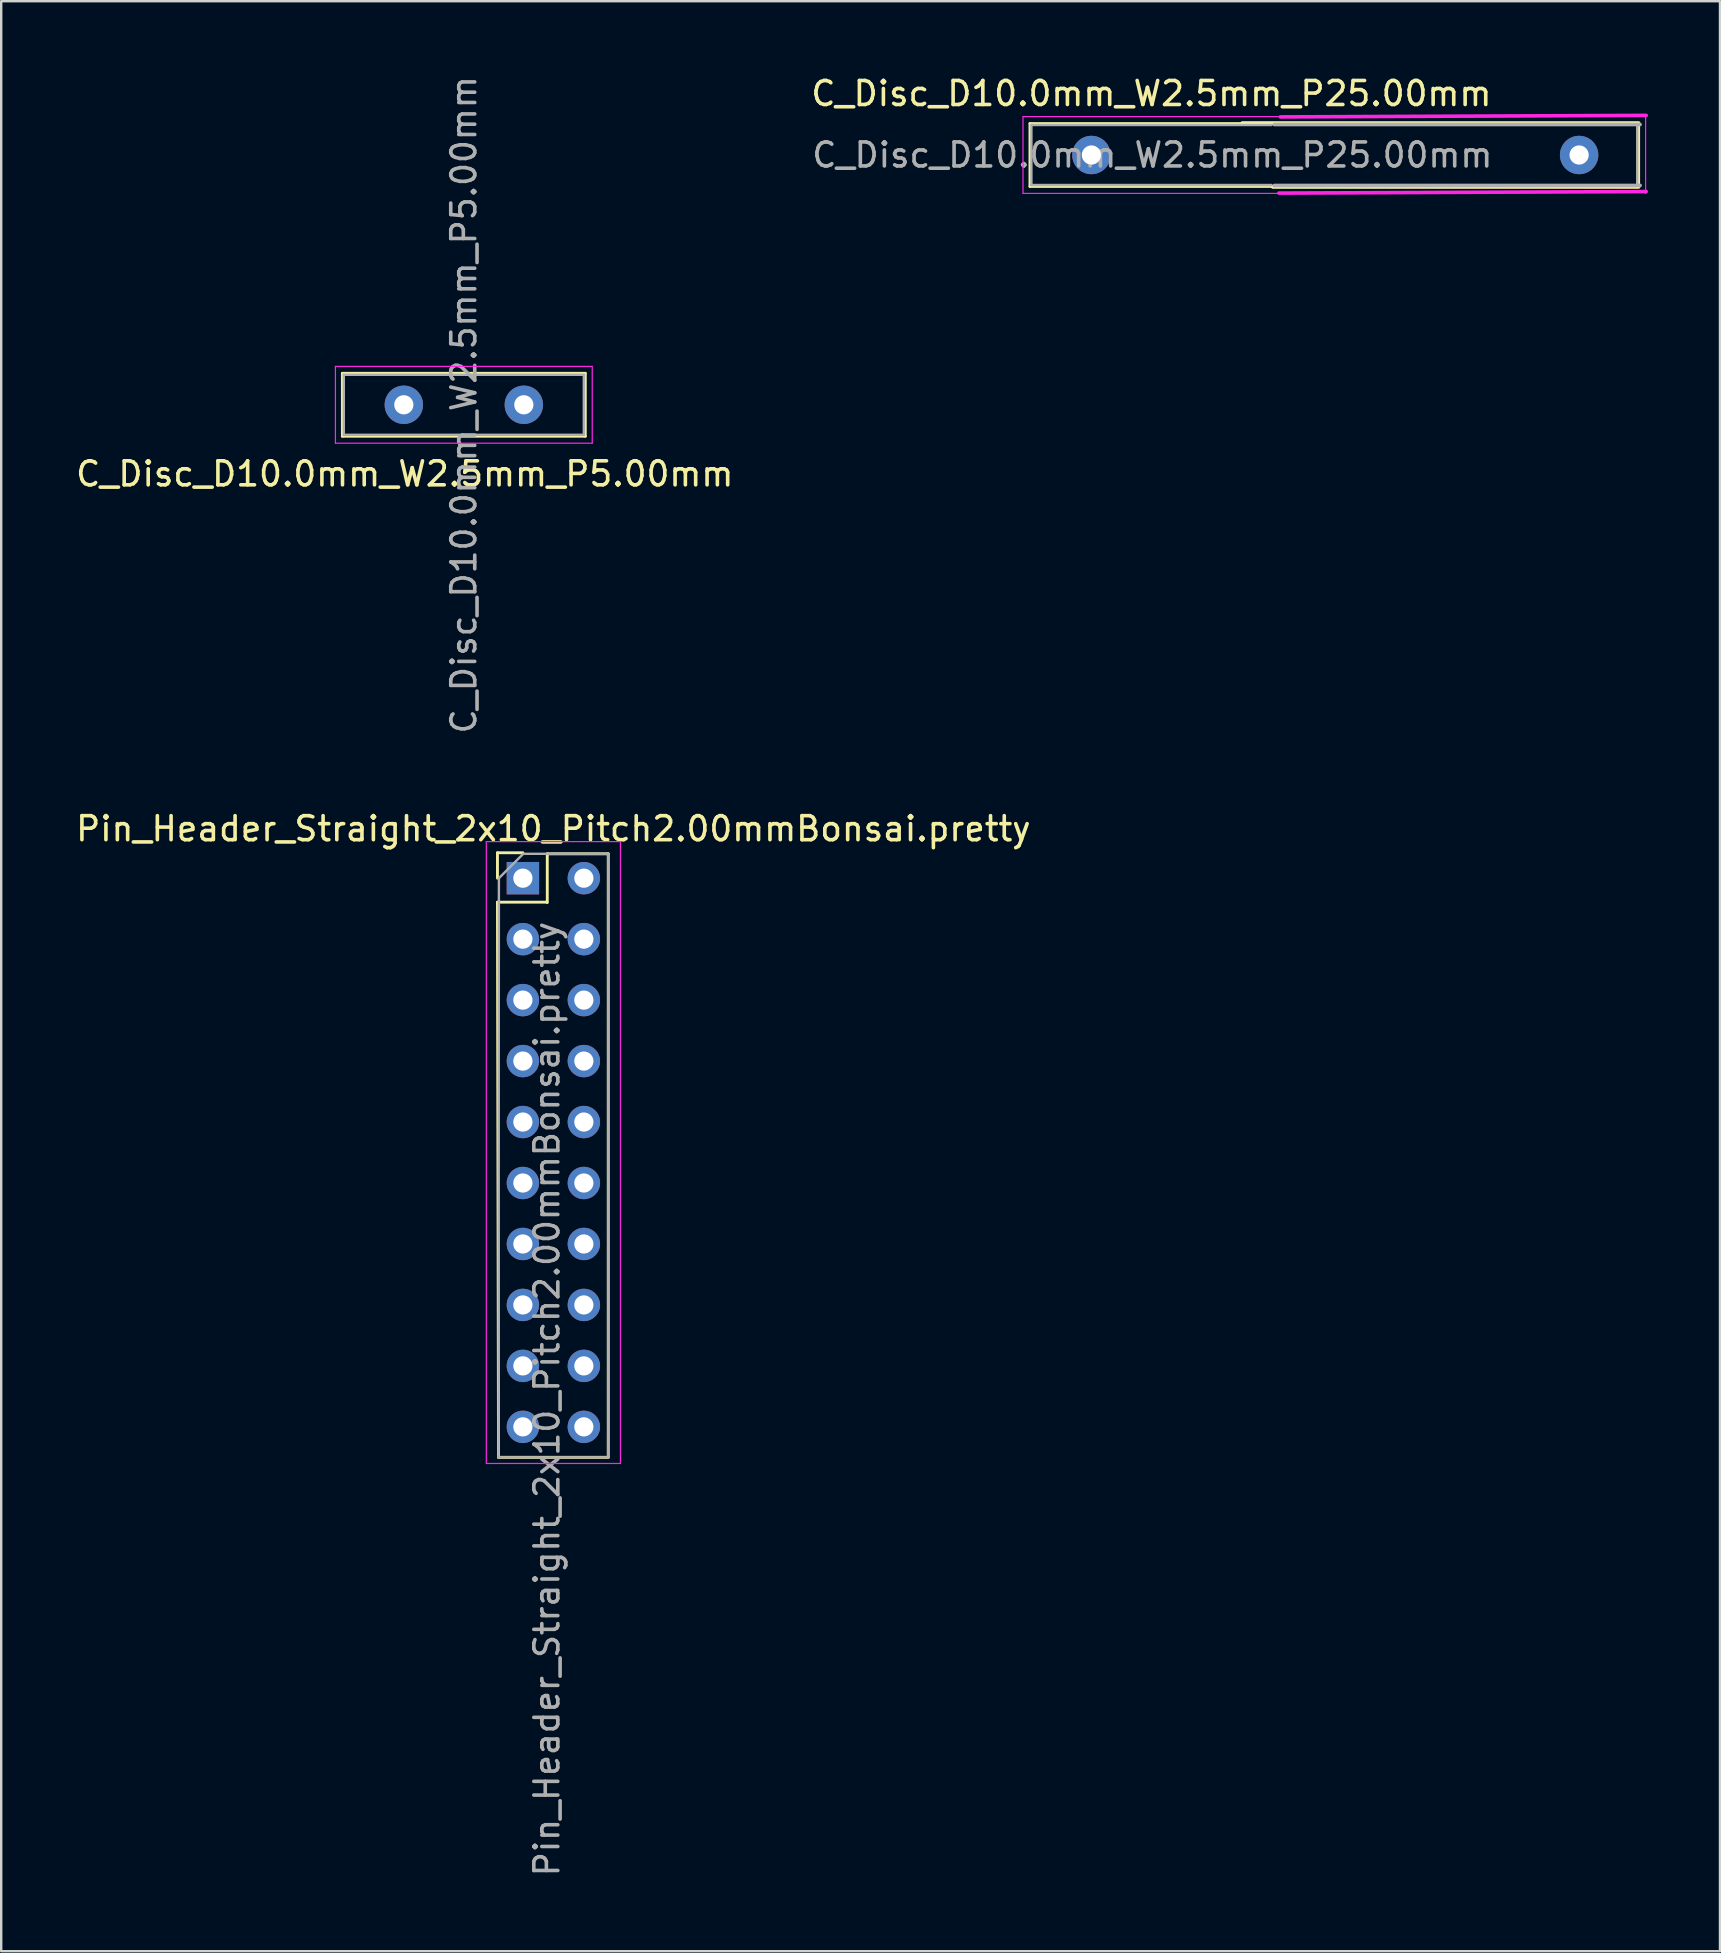
<source format=kicad_pcb>
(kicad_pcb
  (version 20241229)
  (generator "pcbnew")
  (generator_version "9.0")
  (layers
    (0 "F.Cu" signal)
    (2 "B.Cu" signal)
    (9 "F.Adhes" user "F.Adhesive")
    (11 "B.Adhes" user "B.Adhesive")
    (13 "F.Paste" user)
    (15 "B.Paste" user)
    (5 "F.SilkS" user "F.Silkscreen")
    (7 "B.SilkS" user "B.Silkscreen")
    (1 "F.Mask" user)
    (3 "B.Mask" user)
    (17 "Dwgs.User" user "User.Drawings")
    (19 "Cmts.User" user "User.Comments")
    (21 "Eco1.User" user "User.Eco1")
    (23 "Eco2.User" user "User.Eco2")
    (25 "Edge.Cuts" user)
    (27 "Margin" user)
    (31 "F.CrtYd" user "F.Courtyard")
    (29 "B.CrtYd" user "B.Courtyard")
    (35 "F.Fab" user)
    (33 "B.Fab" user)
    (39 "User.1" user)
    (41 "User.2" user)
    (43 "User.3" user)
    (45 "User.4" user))
  (footprint "C_Disc_D10.0mm_W2.5mm_P5.00mm"
    (layer "F.Cu")
    (at 13.775 13.815)
    (property "Reference" "C_Disc_D10.0mm_W2.5mm_P5.00mm" (at 0.04 2.88 0) (layer "F.SilkS") (effects (font (size 1 1) (thickness 0.15))))
    (attr through_hole)
    (fp_line (start -2.56 -1.31) (end -2.56 1.31) (stroke (width 0.12) (type solid)) (layer "F.SilkS"))
    (fp_line (start -2.56 -1.31) (end 7.56 -1.31) (stroke (width 0.12) (type solid)) (layer "F.SilkS"))
    (fp_line (start -2.56 1.31) (end 7.56 1.31) (stroke (width 0.12) (type solid)) (layer "F.SilkS"))
    (fp_line (start 7.56 -1.31) (end 7.56 1.31) (stroke (width 0.12) (type solid)) (layer "F.SilkS"))
    (fp_line (start -2.85 -1.6) (end -2.85 1.6) (stroke (width 0.05) (type solid)) (layer "F.CrtYd"))
    (fp_line (start -2.85 1.6) (end 7.85 1.6) (stroke (width 0.05) (type solid)) (layer "F.CrtYd"))
    (fp_line (start 7.85 -1.6) (end -2.85 -1.6) (stroke (width 0.05) (type solid)) (layer "F.CrtYd"))
    (fp_line (start 7.85 1.6) (end 7.85 -1.6) (stroke (width 0.05) (type solid)) (layer "F.CrtYd"))
    (fp_line (start -2.5 -1.25) (end -2.5 1.25) (stroke (width 0.1) (type solid)) (layer "F.Fab"))
    (fp_line (start -2.5 1.25) (end 7.5 1.25) (stroke (width 0.1) (type solid)) (layer "F.Fab"))
    (fp_line (start 7.5 -1.25) (end -2.5 -1.25) (stroke (width 0.1) (type solid)) (layer "F.Fab"))
    (fp_line (start 7.5 1.25) (end 7.5 -1.25) (stroke (width 0.1) (type solid)) (layer "F.Fab"))
    (fp_text user "${REFERENCE}" (at 2.5 0 90) (layer "F.Fab") (effects (font (size 1 1) (thickness 0.15))))
    (pad "1" thru_hole circle (at 0 0) (size 1.6 1.6) (drill 0.8) (layers "*.Cu" "*.Mask"))
    (pad "2" thru_hole circle (at 5 0) (size 1.6 1.6) (drill 0.8) (layers "*.Cu" "*.Mask")))
  (footprint "Pin_Header_Straight_2x10_Pitch2.00mmBonsai.pretty"
    (layer "F.Cu")
    (at 18.736 33.539)
    (property "Reference" "Pin_Header_Straight_2x10_Pitch2.00mmBonsai.pretty" (at 1.27 -2.06 0) (layer "F.SilkS") (effects (font (size 1 1) (thickness 0.15))))
    (attr through_hole)
    (fp_line (start -1.06 -1.06) (end 0 -1.06) (stroke (width 0.12) (type solid)) (layer "F.SilkS"))
    (fp_line (start -1.06 0) (end -1.06 -1.06) (stroke (width 0.12) (type solid)) (layer "F.SilkS"))
    (fp_line (start -1.06 1) (end -1.016 24.13) (stroke (width 0.12) (type solid)) (layer "F.SilkS"))
    (fp_line (start -1.06 1) (end 1 1) (stroke (width 0.12) (type solid)) (layer "F.SilkS"))
    (fp_line (start -1.016 24.13) (end 3.556 24.13) (stroke (width 0.12) (type solid)) (layer "F.SilkS"))
    (fp_line (start 1.016 -1.016) (end 3.556 -1.016) (stroke (width 0.12) (type solid)) (layer "F.SilkS"))
    (fp_line (start 1.016 1.016) (end 1.016 -1.016) (stroke (width 0.12) (type solid)) (layer "F.SilkS"))
    (fp_line (start 3.556 -1.016) (end 3.556 24.13) (stroke (width 0.12) (type solid)) (layer "F.SilkS"))
    (fp_line (start -1.524 -1.524) (end -1.524 24.384) (stroke (width 0.05) (type solid)) (layer "F.CrtYd"))
    (fp_line (start -1.524 24.384) (end 4.064 24.384) (stroke (width 0.05) (type solid)) (layer "F.CrtYd"))
    (fp_line (start 4.064 -1.524) (end -1.524 -1.524) (stroke (width 0.05) (type solid)) (layer "F.CrtYd"))
    (fp_line (start 4.064 24.384) (end 4.064 -1.524) (stroke (width 0.05) (type solid)) (layer "F.CrtYd"))
    (fp_line (start -1.016 24.13) (end -1 0) (stroke (width 0.1) (type solid)) (layer "F.Fab"))
    (fp_line (start -1 0) (end 0 -1) (stroke (width 0.1) (type solid)) (layer "F.Fab"))
    (fp_line (start 0 -1.016) (end 3.556 -1.016) (stroke (width 0.1) (type solid)) (layer "F.Fab"))
    (fp_line (start 3.556 -1.016) (end 3.556 24.13) (stroke (width 0.1) (type solid)) (layer "F.Fab"))
    (fp_line (start 3.556 24.13) (end -1.016 24.13) (stroke (width 0.1) (type solid)) (layer "F.Fab"))
    (fp_text user "${REFERENCE}" (at 1 21.7 90) (layer "F.Fab") (effects (font (size 1 1) (thickness 0.15))))
    (pad "1" thru_hole rect (at 0 0) (size 1.35 1.35) (drill 0.8) (layers "*.Cu" "*.Mask"))
    (pad "2" thru_hole oval (at 0 2.54) (size 1.35 1.35) (drill 0.8) (layers "*.Cu" "*.Mask"))
    (pad "3" thru_hole oval (at 0 5.08) (size 1.35 1.35) (drill 0.8) (layers "*.Cu" "*.Mask"))
    (pad "4" thru_hole oval (at 0 7.62) (size 1.35 1.35) (drill 0.8) (layers "*.Cu" "*.Mask"))
    (pad "5" thru_hole oval (at 0 10.16) (size 1.35 1.35) (drill 0.8) (layers "*.Cu" "*.Mask"))
    (pad "6" thru_hole oval (at 0 12.7) (size 1.35 1.35) (drill 0.8) (layers "*.Cu" "*.Mask"))
    (pad "7" thru_hole oval (at 0 15.24) (size 1.35 1.35) (drill 0.8) (layers "*.Cu" "*.Mask"))
    (pad "8" thru_hole oval (at 0 17.78) (size 1.35 1.35) (drill 0.8) (layers "*.Cu" "*.Mask"))
    (pad "9" thru_hole oval (at 0 20.32) (size 1.35 1.35) (drill 0.8) (layers "*.Cu" "*.Mask"))
    (pad "10" thru_hole oval (at 0 22.86) (size 1.35 1.35) (drill 0.8) (layers "*.Cu" "*.Mask"))
    (pad "11" thru_hole oval (at 2.54 0) (size 1.35 1.35) (drill 0.8) (layers "*.Cu" "*.Mask"))
    (pad "12" thru_hole oval (at 2.54 2.54) (size 1.35 1.35) (drill 0.8) (layers "*.Cu" "*.Mask"))
    (pad "13" thru_hole oval (at 2.54 5.08) (size 1.35 1.35) (drill 0.8) (layers "*.Cu" "*.Mask"))
    (pad "14" thru_hole oval (at 2.54 7.62) (size 1.35 1.35) (drill 0.8) (layers "*.Cu" "*.Mask"))
    (pad "15" thru_hole oval (at 2.54 10.16) (size 1.35 1.35) (drill 0.8) (layers "*.Cu" "*.Mask"))
    (pad "16" thru_hole oval (at 2.54 12.7) (size 1.35 1.35) (drill 0.8) (layers "*.Cu" "*.Mask"))
    (pad "17" thru_hole oval (at 2.54 15.24) (size 1.35 1.35) (drill 0.8) (layers "*.Cu" "*.Mask"))
    (pad "18" thru_hole oval (at 2.54 17.78) (size 1.35 1.35) (drill 0.8) (layers "*.Cu" "*.Mask"))
    (pad "19" thru_hole oval (at 2.54 20.32) (size 1.35 1.35) (drill 0.8) (layers "*.Cu" "*.Mask"))
    (pad "20" thru_hole oval (at 2.54 22.86) (size 1.35 1.35) (drill 0.8) (layers "*.Cu" "*.Mask")))
  (footprint "C_Disc_D10.0mm_W2.5mm_P25.00mm"
    (layer "F.Cu")
    (at 42.423 3.408)
    (property "Reference" "C_Disc_D10.0mm_W2.5mm_P25.00mm" (at 2.5 -2.56 0) (layer "F.SilkS") (effects (font (size 1 1) (thickness 0.15))))
    (attr through_hole)
    (fp_line (start -2.56 -1.31) (end -2.56 1.31) (stroke (width 0.12) (type solid)) (layer "F.SilkS"))
    (fp_line (start -2.56 -1.31) (end 7.56 -1.31) (stroke (width 0.12) (type solid)) (layer "F.SilkS"))
    (fp_line (start -2.56 1.31) (end 7.56 1.31) (stroke (width 0.12) (type solid)) (layer "F.SilkS"))
    (fp_line (start 6.287 -1.333) (end 22.797 -1.333) (stroke (width 0.15) (type solid)) (layer "F.SilkS"))
    (fp_line (start 7.556 1.333) (end 22.797 1.333) (stroke (width 0.15) (type solid)) (layer "F.SilkS"))
    (fp_line (start 22.8 -1.31) (end 22.8 1.31) (stroke (width 0.12) (type solid)) (layer "F.SilkS"))
    (fp_line (start -2.85 -1.6) (end -2.85 1.6) (stroke (width 0.05) (type solid)) (layer "F.CrtYd"))
    (fp_line (start -2.85 1.6) (end 7.85 1.6) (stroke (width 0.05) (type solid)) (layer "F.CrtYd"))
    (fp_line (start 7.811 1.587) (end 23.114 1.524) (stroke (width 0.15) (type solid)) (layer "F.CrtYd"))
    (fp_line (start 7.85 -1.6) (end -2.85 -1.6) (stroke (width 0.05) (type solid)) (layer "F.CrtYd"))
    (fp_line (start 7.874 -1.587) (end 23.114 -1.651) (stroke (width 0.15) (type solid)) (layer "F.CrtYd"))
    (fp_line (start 23.09 1.6) (end 23.09 -1.6) (stroke (width 0.05) (type solid)) (layer "F.CrtYd"))
    (fp_line (start -2.5 -1.25) (end -2.5 1.25) (stroke (width 0.1) (type solid)) (layer "F.Fab"))
    (fp_line (start -2.5 1.25) (end 7.5 1.25) (stroke (width 0.1) (type solid)) (layer "F.Fab"))
    (fp_line (start 7.5 -1.25) (end -2.5 -1.25) (stroke (width 0.1) (type solid)) (layer "F.Fab"))
    (fp_line (start 7.62 -1.27) (end 22.86 -1.27) (stroke (width 0.15) (type solid)) (layer "F.Fab"))
    (fp_line (start 22.74 1.25) (end 22.74 -1.25) (stroke (width 0.1) (type solid)) (layer "F.Fab"))
    (fp_line (start 22.86 1.27) (end 7.62 1.27) (stroke (width 0.15) (type solid)) (layer "F.Fab"))
    (fp_text user "${REFERENCE}" (at 2.54 0 0) (layer "F.Fab") (effects (font (size 1 1) (thickness 0.15))))
    (pad "1" thru_hole circle (at 0 0) (size 1.6 1.6) (drill 0.8) (layers "*.Cu" "*.Mask"))
    (pad "2" thru_hole circle (at 20.32 0) (size 1.6 1.6) (drill 0.8) (layers "*.Cu" "*.Mask")))
  (gr_rect
    (start -3 -3)
    (end 68.612 78.245)
    (stroke (width 0.1) (type default))
    (fill no)
    (layer "Edge.Cuts")))
</source>
